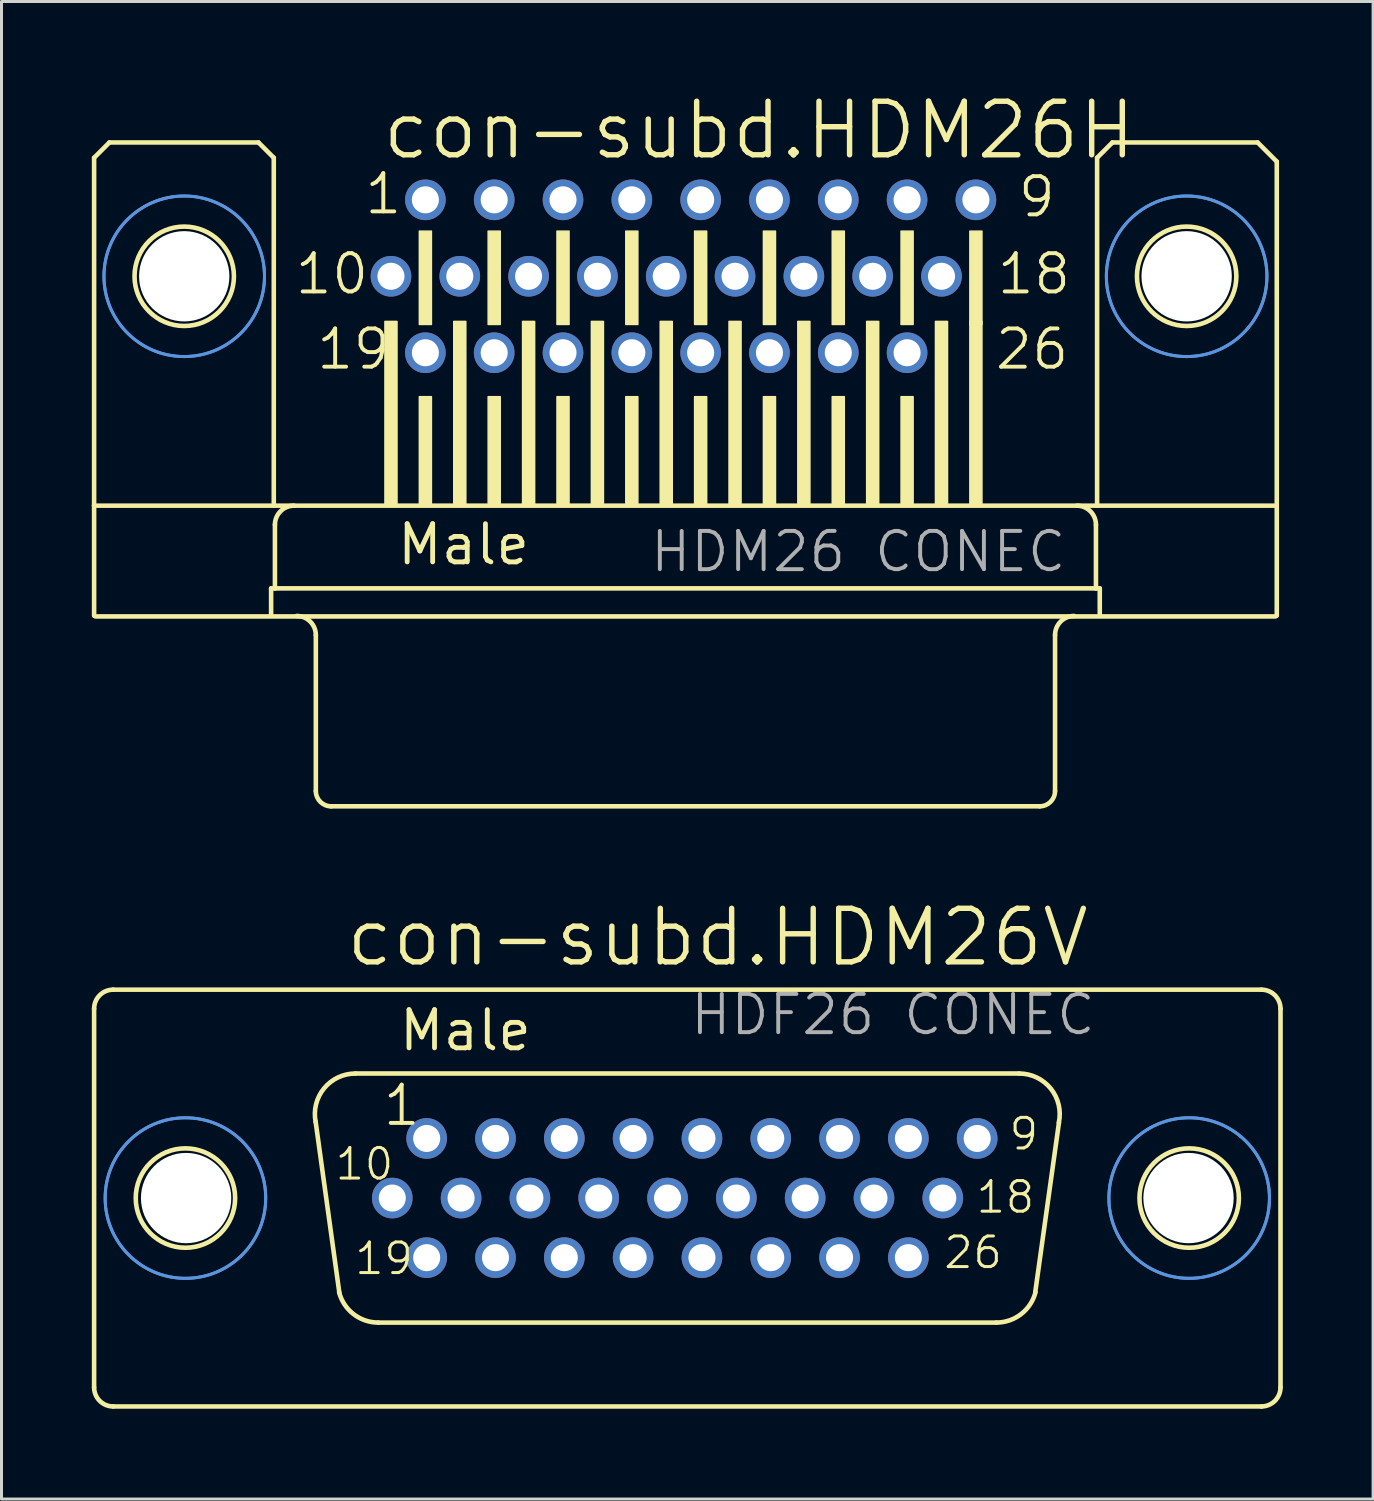
<source format=kicad_pcb>
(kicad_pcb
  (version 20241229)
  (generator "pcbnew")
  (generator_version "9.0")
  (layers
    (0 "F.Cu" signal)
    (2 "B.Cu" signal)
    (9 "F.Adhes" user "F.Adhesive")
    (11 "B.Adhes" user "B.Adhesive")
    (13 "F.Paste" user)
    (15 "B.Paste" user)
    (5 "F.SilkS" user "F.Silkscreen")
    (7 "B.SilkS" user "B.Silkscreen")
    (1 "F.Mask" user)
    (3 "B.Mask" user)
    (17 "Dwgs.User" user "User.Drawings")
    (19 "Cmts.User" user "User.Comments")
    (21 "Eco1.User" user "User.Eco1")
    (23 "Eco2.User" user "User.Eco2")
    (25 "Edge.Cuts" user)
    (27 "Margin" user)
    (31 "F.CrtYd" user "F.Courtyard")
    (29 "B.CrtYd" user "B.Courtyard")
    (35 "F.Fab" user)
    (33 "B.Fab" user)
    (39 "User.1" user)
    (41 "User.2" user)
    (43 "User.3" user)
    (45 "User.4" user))
  (footprint "con-subd.HDM26H"
    (layer "F.Cu")
    (at 19.72 6.128)
    (property "Reference" "con-subd.HDM26H" (at -10.16 -3.81 0) (layer "F.SilkS") (effects (font (size 1.778 1.778) (thickness 0.18)) (justify left bottom)))
    (attr through_hole)
    (fp_line (start -19.644 -3.937) (end -19.644 7.62) (stroke (width 0.152) (type default)) (layer "F.SilkS"))
    (fp_line (start -19.644 11.276) (end -19.644 7.62) (stroke (width 0.152) (type default)) (layer "F.SilkS"))
    (fp_line (start -19.6 11.3) (end 19.6 11.3) (stroke (width 0.152) (type default)) (layer "F.SilkS"))
    (fp_line (start -19.136 -4.445) (end -19.644 -3.937) (stroke (width 0.152) (type default)) (layer "F.SilkS"))
    (fp_line (start -14.183 -4.445) (end -19.136 -4.445) (stroke (width 0.152) (type default)) (layer "F.SilkS"))
    (fp_line (start -13.764 10.368) (end -13.764 11.276) (stroke (width 0.152) (type default)) (layer "F.SilkS"))
    (fp_line (start -13.675 -3.937) (end -14.183 -4.445) (stroke (width 0.152) (type default)) (layer "F.SilkS"))
    (fp_line (start -13.675 -3.937) (end -13.675 7.62) (stroke (width 0.152) (type default)) (layer "F.SilkS"))
    (fp_line (start -13.637 8.255) (end -13.637 10.368) (stroke (width 0.152) (type default)) (layer "F.SilkS"))
    (fp_line (start -13.637 10.368) (end -13.764 10.368) (stroke (width 0.152) (type default)) (layer "F.SilkS"))
    (fp_line (start -12.278 11.919) (end -12.278 17.099) (stroke (width 0.152) (type default)) (layer "F.SilkS"))
    (fp_line (start 11.77 17.607) (end -11.77 17.607) (stroke (width 0.152) (type default)) (layer "F.SilkS"))
    (fp_line (start 12.278 11.919) (end 12.278 17.099) (stroke (width 0.152) (type default)) (layer "F.SilkS"))
    (fp_line (start 13.637 8.255) (end 13.637 10.368) (stroke (width 0.152) (type default)) (layer "F.SilkS"))
    (fp_line (start 13.637 10.368) (end -13.637 10.368) (stroke (width 0.152) (type default)) (layer "F.SilkS"))
    (fp_line (start 13.675 -3.937) (end 13.675 7.62) (stroke (width 0.152) (type default)) (layer "F.SilkS"))
    (fp_line (start 13.764 10.368) (end 13.637 10.368) (stroke (width 0.152) (type default)) (layer "F.SilkS"))
    (fp_line (start 13.764 10.368) (end 13.764 11.276) (stroke (width 0.152) (type default)) (layer "F.SilkS"))
    (fp_line (start 14.183 -4.445) (end 13.675 -3.937) (stroke (width 0.152) (type default)) (layer "F.SilkS"))
    (fp_line (start 14.183 -4.445) (end 19.009 -4.445) (stroke (width 0.152) (type default)) (layer "F.SilkS"))
    (fp_line (start 19.009 -4.445) (end 19.644 -3.81) (stroke (width 0.152) (type default)) (layer "F.SilkS"))
    (fp_line (start 19.556 7.62) (end -19.644 7.62) (stroke (width 0.152) (type default)) (layer "F.SilkS"))
    (fp_line (start 19.644 -3.81) (end 19.644 11.276) (stroke (width 0.152) (type default)) (layer "F.SilkS"))
    (fp_rect (start -9.982 7.6) (end -9.582 1.5) (stroke (width 0.05) (type default)) (fill yes) (layer "F.SilkS"))
    (fp_rect (start -8.839 1.6) (end -8.439 -1.5) (stroke (width 0.05) (type default)) (fill yes) (layer "F.SilkS"))
    (fp_rect (start -8.839 7.6) (end -8.439 4) (stroke (width 0.05) (type default)) (fill yes) (layer "F.SilkS"))
    (fp_rect (start -7.696 7.6) (end -7.296 1.5) (stroke (width 0.05) (type default)) (fill yes) (layer "F.SilkS"))
    (fp_rect (start -6.553 1.6) (end -6.153 -1.5) (stroke (width 0.05) (type default)) (fill yes) (layer "F.SilkS"))
    (fp_rect (start -6.553 7.6) (end -6.153 4) (stroke (width 0.05) (type default)) (fill yes) (layer "F.SilkS"))
    (fp_rect (start -5.41 7.6) (end -5.01 1.5) (stroke (width 0.05) (type default)) (fill yes) (layer "F.SilkS"))
    (fp_rect (start -4.267 1.6) (end -3.867 -1.5) (stroke (width 0.05) (type default)) (fill yes) (layer "F.SilkS"))
    (fp_rect (start -4.267 7.6) (end -3.867 4) (stroke (width 0.05) (type default)) (fill yes) (layer "F.SilkS"))
    (fp_rect (start -3.124 7.6) (end -2.724 1.5) (stroke (width 0.05) (type default)) (fill yes) (layer "F.SilkS"))
    (fp_rect (start -1.981 1.6) (end -1.581 -1.5) (stroke (width 0.05) (type default)) (fill yes) (layer "F.SilkS"))
    (fp_rect (start -1.981 7.6) (end -1.581 4) (stroke (width 0.05) (type default)) (fill yes) (layer "F.SilkS"))
    (fp_rect (start -0.838 7.6) (end -0.438 1.5) (stroke (width 0.05) (type default)) (fill yes) (layer "F.SilkS"))
    (fp_rect (start 0.305 1.6) (end 0.705 -1.5) (stroke (width 0.05) (type default)) (fill yes) (layer "F.SilkS"))
    (fp_rect (start 0.305 7.6) (end 0.705 4) (stroke (width 0.05) (type default)) (fill yes) (layer "F.SilkS"))
    (fp_rect (start 1.448 7.6) (end 1.848 1.5) (stroke (width 0.05) (type default)) (fill yes) (layer "F.SilkS"))
    (fp_rect (start 2.591 1.6) (end 2.991 -1.5) (stroke (width 0.05) (type default)) (fill yes) (layer "F.SilkS"))
    (fp_rect (start 2.591 7.6) (end 2.991 4) (stroke (width 0.05) (type default)) (fill yes) (layer "F.SilkS"))
    (fp_rect (start 3.734 7.6) (end 4.134 1.5) (stroke (width 0.05) (type default)) (fill yes) (layer "F.SilkS"))
    (fp_rect (start 4.877 1.6) (end 5.277 -1.5) (stroke (width 0.05) (type default)) (fill yes) (layer "F.SilkS"))
    (fp_rect (start 4.877 7.6) (end 5.277 4) (stroke (width 0.05) (type default)) (fill yes) (layer "F.SilkS"))
    (fp_rect (start 6.02 7.6) (end 6.42 1.5) (stroke (width 0.05) (type default)) (fill yes) (layer "F.SilkS"))
    (fp_rect (start 7.163 1.6) (end 7.563 -1.5) (stroke (width 0.05) (type default)) (fill yes) (layer "F.SilkS"))
    (fp_rect (start 7.163 7.6) (end 7.563 4) (stroke (width 0.05) (type default)) (fill yes) (layer "F.SilkS"))
    (fp_rect (start 8.306 7.6) (end 8.706 1.5) (stroke (width 0.05) (type default)) (fill yes) (layer "F.SilkS"))
    (fp_rect (start 9.449 1.6) (end 9.849 -1.5) (stroke (width 0.05) (type default)) (fill yes) (layer "F.SilkS"))
    (fp_rect (start 9.449 7.6) (end 9.849 1.5) (stroke (width 0.05) (type default)) (fill yes) (layer "F.SilkS"))
    (fp_arc (start -13.637 8.255) (mid -13.451013 7.805987) (end -13.002 7.62) (stroke (width 0.1524) (type default)) (layer "F.SilkS"))
    (fp_arc (start -12.913 11.284) (mid -12.463987 11.469987) (end -12.278 11.919) (stroke (width 0.1524) (type default)) (layer "F.SilkS"))
    (fp_arc (start -11.77 17.607) (mid -12.12921 17.45821) (end -12.278 17.099) (stroke (width 0.1524) (type default)) (layer "F.SilkS"))
    (fp_arc (start 12.278 11.919) (mid 12.463987 11.469987) (end 12.913 11.284) (stroke (width 0.1524) (type default)) (layer "F.SilkS"))
    (fp_arc (start 12.278 17.099) (mid 12.12921 17.45821) (end 11.77 17.607) (stroke (width 0.1524) (type default)) (layer "F.SilkS"))
    (fp_arc (start 13.002 7.62) (mid 13.451013 7.805987) (end 13.637 8.255) (stroke (width 0.1524) (type default)) (layer "F.SilkS"))
    (fp_circle (center -16.65 0) (end -14.999 0) (stroke (width 0.152) (type default)) (fill no) (layer "F.SilkS"))
    (fp_circle (center 16.65 0) (end 18.301 0) (stroke (width 0.152) (type default)) (fill no) (layer "F.SilkS"))
    (fp_circle (center -16.65 0) (end -13.983 0) (stroke (width 0.1) (type default)) (fill no) (layer "Cmts.User"))
    (fp_circle (center -16.65 0) (end -13.983 0) (stroke (width 0.1) (type default)) (fill no) (layer "Cmts.User"))
    (fp_circle (center 16.65 0) (end 19.317 0) (stroke (width 0.1) (type default)) (fill no) (layer "Cmts.User"))
    (fp_circle (center 16.65 0) (end 19.317 0) (stroke (width 0.1) (type default)) (fill no) (layer "Cmts.User"))
    (fp_text user "26" (at 10.219 3.165 0) (layer "F.SilkS") (effects (font (size 1.27 1.27) (thickness 0.13)) (justify left bottom)))
    (fp_text user "18" (at 10.281 0.665 0) (layer "F.SilkS") (effects (font (size 1.27 1.27) (thickness 0.13)) (justify left bottom)))
    (fp_text user "Male" (at -9.652 9.652 0) (layer "F.SilkS") (effects (font (size 1.27 1.27) (thickness 0.16)) (justify left bottom)))
    (fp_text user "19" (at -12.327 3.165 0) (layer "F.SilkS") (effects (font (size 1.27 1.27) (thickness 0.13)) (justify left bottom)))
    (fp_text user "9" (at 10.981 -1.895 0) (layer "F.SilkS") (effects (font (size 1.27 1.27) (thickness 0.13)) (justify left bottom)))
    (fp_text user "1" (at -10.727 -1.995 0) (layer "F.SilkS") (effects (font (size 1.27 1.27) (thickness 0.13)) (justify left bottom)))
    (fp_text user "10" (at -13.04 0.665 0) (layer "F.SilkS") (effects (font (size 1.27 1.27) (thickness 0.13)) (justify left bottom)))
    (fp_text user "HDM26 CONEC" (at -1.238 9.891 0) (layer "F.Fab") (effects (font (size 1.27 1.27) (thickness 0.13)) (justify left bottom)))
    (pad "" np_thru_hole circle (at -16.65 0) (size 3 3) (drill 3) (layers "*.Cu" "*.Mask"))
    (pad "" np_thru_hole circle (at 16.65 0) (size 3 3) (drill 3) (layers "*.Cu" "*.Mask"))
    (pad "1" thru_hole circle (at -8.639 -2.54) (size 1.35 1.35) (drill 0.9) (layers "*.Cu" "*.Mask"))
    (pad "2" thru_hole circle (at -6.353 -2.54) (size 1.35 1.35) (drill 0.9) (layers "*.Cu" "*.Mask"))
    (pad "3" thru_hole circle (at -4.067 -2.54) (size 1.35 1.35) (drill 0.9) (layers "*.Cu" "*.Mask"))
    (pad "4" thru_hole circle (at -1.781 -2.54) (size 1.35 1.35) (drill 0.9) (layers "*.Cu" "*.Mask"))
    (pad "5" thru_hole circle (at 0.505 -2.54) (size 1.35 1.35) (drill 0.9) (layers "*.Cu" "*.Mask"))
    (pad "6" thru_hole circle (at 2.791 -2.54) (size 1.35 1.35) (drill 0.9) (layers "*.Cu" "*.Mask"))
    (pad "7" thru_hole circle (at 5.077 -2.54) (size 1.35 1.35) (drill 0.9) (layers "*.Cu" "*.Mask"))
    (pad "8" thru_hole circle (at 7.363 -2.54) (size 1.35 1.35) (drill 0.9) (layers "*.Cu" "*.Mask"))
    (pad "9" thru_hole circle (at 9.649 -2.54) (size 1.35 1.35) (drill 0.9) (layers "*.Cu" "*.Mask"))
    (pad "10" thru_hole circle (at -9.782 0) (size 1.35 1.35) (drill 0.9) (layers "*.Cu" "*.Mask"))
    (pad "11" thru_hole circle (at -7.496 0) (size 1.35 1.35) (drill 0.9) (layers "*.Cu" "*.Mask"))
    (pad "12" thru_hole circle (at -5.21 0) (size 1.35 1.35) (drill 0.9) (layers "*.Cu" "*.Mask"))
    (pad "13" thru_hole circle (at -2.924 0) (size 1.35 1.35) (drill 0.9) (layers "*.Cu" "*.Mask"))
    (pad "14" thru_hole circle (at -0.638 0) (size 1.35 1.35) (drill 0.9) (layers "*.Cu" "*.Mask"))
    (pad "15" thru_hole circle (at 1.648 0) (size 1.35 1.35) (drill 0.9) (layers "*.Cu" "*.Mask"))
    (pad "16" thru_hole circle (at 3.934 0) (size 1.35 1.35) (drill 0.9) (layers "*.Cu" "*.Mask"))
    (pad "17" thru_hole circle (at 6.22 0) (size 1.35 1.35) (drill 0.9) (layers "*.Cu" "*.Mask"))
    (pad "18" thru_hole circle (at 8.506 0) (size 1.35 1.35) (drill 0.9) (layers "*.Cu" "*.Mask"))
    (pad "19" thru_hole circle (at -8.639 2.54) (size 1.35 1.35) (drill 0.9) (layers "*.Cu" "*.Mask"))
    (pad "20" thru_hole circle (at -6.353 2.54) (size 1.35 1.35) (drill 0.9) (layers "*.Cu" "*.Mask"))
    (pad "21" thru_hole circle (at -4.067 2.54) (size 1.35 1.35) (drill 0.9) (layers "*.Cu" "*.Mask"))
    (pad "22" thru_hole circle (at -1.781 2.54) (size 1.35 1.35) (drill 0.9) (layers "*.Cu" "*.Mask"))
    (pad "23" thru_hole circle (at 0.505 2.54) (size 1.35 1.35) (drill 0.9) (layers "*.Cu" "*.Mask"))
    (pad "24" thru_hole circle (at 2.791 2.54) (size 1.35 1.35) (drill 0.9) (layers "*.Cu" "*.Mask"))
    (pad "25" thru_hole circle (at 5.077 2.54) (size 1.35 1.35) (drill 0.9) (layers "*.Cu" "*.Mask"))
    (pad "26" thru_hole circle (at 7.363 2.54) (size 1.35 1.35) (drill 0.9) (layers "*.Cu" "*.Mask")))
  (footprint "con-subd.HDM26V"
    (layer "F.Cu")
    (at 19.782 36.749)
    (property "Reference" "con-subd.HDM26V" (at -11.43 -7.62 0) (layer "F.SilkS") (effects (font (size 1.778 1.778) (thickness 0.18)) (justify left bottom)))
    (attr through_hole)
    (fp_line (start -19.706 -6.288) (end -19.706 6.288) (stroke (width 0.152) (type default)) (layer "F.SilkS"))
    (fp_line (start -19.063 6.923) (end 19.071 6.923) (stroke (width 0.152) (type default)) (layer "F.SilkS"))
    (fp_line (start -11.559 3.146) (end -12.347 -2.537) (stroke (width 0.152) (type default)) (layer "F.SilkS"))
    (fp_line (start -11.026 -4.137) (end 11.026 -4.137) (stroke (width 0.152) (type default)) (layer "F.SilkS"))
    (fp_line (start -10.264 4.137) (end 10.264 4.137) (stroke (width 0.152) (type default)) (layer "F.SilkS"))
    (fp_line (start 12.347 -2.511) (end 11.559 3.121) (stroke (width 0.152) (type default)) (layer "F.SilkS"))
    (fp_line (start 19.063 -6.923) (end -19.071 -6.923) (stroke (width 0.152) (type default)) (layer "F.SilkS"))
    (fp_line (start 19.706 -6.288) (end 19.706 6.288) (stroke (width 0.152) (type default)) (layer "F.SilkS"))
    (fp_arc (start -19.706 -6.288) (mid -19.520013 -6.737013) (end -19.071 -6.923) (stroke (width 0.1524) (type default)) (layer "F.SilkS"))
    (fp_arc (start -19.071 6.923) (mid -19.520013 6.737013) (end -19.706 6.288) (stroke (width 0.1524) (type default)) (layer "F.SilkS"))
    (fp_arc (start -12.3461 -2.5268) (mid -12.067082 -3.644284) (end -11.026 -4.137) (stroke (width 0.1524) (type default)) (layer "F.SilkS"))
    (fp_arc (start -10.264 4.137) (mid -11.0875 3.855746) (end -11.5669 3.1295) (stroke (width 0.1524) (type default)) (layer "F.SilkS"))
    (fp_arc (start 11.026 -4.137) (mid 12.074556 -3.635184) (end 12.3415 -2.5038) (stroke (width 0.1524) (type default)) (layer "F.SilkS"))
    (fp_arc (start 11.5669 3.1295) (mid 11.0875 3.855746) (end 10.264 4.137) (stroke (width 0.1524) (type default)) (layer "F.SilkS"))
    (fp_arc (start 19.071 -6.923) (mid 19.520013 -6.737013) (end 19.706 -6.288) (stroke (width 0.1524) (type default)) (layer "F.SilkS"))
    (fp_arc (start 19.706 6.288) (mid 19.520013 6.737013) (end 19.071 6.923) (stroke (width 0.1524) (type default)) (layer "F.SilkS"))
    (fp_circle (center -16.672 0) (end -15.021 0) (stroke (width 0.152) (type default)) (fill no) (layer "F.SilkS"))
    (fp_circle (center 16.672 0) (end 18.323 0) (stroke (width 0.152) (type default)) (fill no) (layer "F.SilkS"))
    (fp_circle (center -16.672 0) (end -14.005 0) (stroke (width 0.1) (type default)) (fill no) (layer "Cmts.User"))
    (fp_circle (center -16.672 0) (end -14.005 0) (stroke (width 0.1) (type default)) (fill no) (layer "Cmts.User"))
    (fp_circle (center 16.672 0) (end 19.339 0) (stroke (width 0.1) (type default)) (fill no) (layer "Cmts.User"))
    (fp_circle (center 16.672 0) (end 19.339 0) (stroke (width 0.1) (type default)) (fill no) (layer "Cmts.User"))
    (fp_text user "1" (at -10.179 -2.335 0) (layer "F.SilkS") (effects (font (size 1.27 1.27) (thickness 0.13)) (justify left bottom)))
    (fp_text user "19" (at -11.111 2.605 0) (layer "F.SilkS") (effects (font (size 1.016 1.016) (thickness 0.1)) (justify left bottom)))
    (fp_text user "9" (at 10.63 -1.535 0) (layer "F.SilkS") (effects (font (size 1.016 1.016) (thickness 0.1)) (justify left bottom)))
    (fp_text user "26" (at 8.458 2.405 0) (layer "F.SilkS") (effects (font (size 1.016 1.016) (thickness 0.1)) (justify left bottom)))
    (fp_text user "Male" (at -9.652 -4.826 0) (layer "F.SilkS") (effects (font (size 1.27 1.27) (thickness 0.16)) (justify left bottom)))
    (fp_text user "10" (at -11.76 -0.535 0) (layer "F.SilkS") (effects (font (size 1.016 1.016) (thickness 0.1)) (justify left bottom)))
    (fp_text user "18" (at 9.533 0.565 0) (layer "F.SilkS") (effects (font (size 1.016 1.016) (thickness 0.1)) (justify left bottom)))
    (fp_text user "HDF26 CONEC" (at 0.032 -5.349 0) (layer "F.Fab") (effects (font (size 1.27 1.27) (thickness 0.13)) (justify left bottom)))
    (pad "" np_thru_hole circle (at -16.65 0) (size 3 3) (drill 3) (layers "*.Cu" "*.Mask"))
    (pad "" np_thru_hole circle (at 16.65 0) (size 3 3) (drill 3) (layers "*.Cu" "*.Mask"))
    (pad "1" thru_hole circle (at -8.658 -1.98) (size 1.35 1.35) (drill 0.9) (layers "*.Cu" "*.Mask"))
    (pad "2" thru_hole circle (at -6.372 -1.98) (size 1.35 1.35) (drill 0.9) (layers "*.Cu" "*.Mask"))
    (pad "3" thru_hole circle (at -4.086 -1.98) (size 1.35 1.35) (drill 0.9) (layers "*.Cu" "*.Mask"))
    (pad "4" thru_hole circle (at -1.8 -1.98) (size 1.35 1.35) (drill 0.9) (layers "*.Cu" "*.Mask"))
    (pad "5" thru_hole circle (at 0.486 -1.98) (size 1.35 1.35) (drill 0.9) (layers "*.Cu" "*.Mask"))
    (pad "6" thru_hole circle (at 2.772 -1.98) (size 1.35 1.35) (drill 0.9) (layers "*.Cu" "*.Mask"))
    (pad "7" thru_hole circle (at 5.058 -1.98) (size 1.35 1.35) (drill 0.9) (layers "*.Cu" "*.Mask"))
    (pad "8" thru_hole circle (at 7.344 -1.98) (size 1.35 1.35) (drill 0.9) (layers "*.Cu" "*.Mask"))
    (pad "9" thru_hole circle (at 9.63 -1.98) (size 1.35 1.35) (drill 0.9) (layers "*.Cu" "*.Mask"))
    (pad "10" thru_hole circle (at -9.801 0) (size 1.35 1.35) (drill 0.9) (layers "*.Cu" "*.Mask"))
    (pad "11" thru_hole circle (at -7.515 0) (size 1.35 1.35) (drill 0.9) (layers "*.Cu" "*.Mask"))
    (pad "12" thru_hole circle (at -5.229 0) (size 1.35 1.35) (drill 0.9) (layers "*.Cu" "*.Mask"))
    (pad "13" thru_hole circle (at -2.943 0) (size 1.35 1.35) (drill 0.9) (layers "*.Cu" "*.Mask"))
    (pad "14" thru_hole circle (at -0.657 0) (size 1.35 1.35) (drill 0.9) (layers "*.Cu" "*.Mask"))
    (pad "15" thru_hole circle (at 1.629 0) (size 1.35 1.35) (drill 0.9) (layers "*.Cu" "*.Mask"))
    (pad "16" thru_hole circle (at 3.915 0) (size 1.35 1.35) (drill 0.9) (layers "*.Cu" "*.Mask"))
    (pad "17" thru_hole circle (at 6.201 0) (size 1.35 1.35) (drill 0.9) (layers "*.Cu" "*.Mask"))
    (pad "18" thru_hole circle (at 8.487 0) (size 1.35 1.35) (drill 0.9) (layers "*.Cu" "*.Mask"))
    (pad "19" thru_hole circle (at -8.658 1.98) (size 1.35 1.35) (drill 0.9) (layers "*.Cu" "*.Mask"))
    (pad "20" thru_hole circle (at -6.372 1.98) (size 1.35 1.35) (drill 0.9) (layers "*.Cu" "*.Mask"))
    (pad "21" thru_hole circle (at -4.086 1.98) (size 1.35 1.35) (drill 0.9) (layers "*.Cu" "*.Mask"))
    (pad "22" thru_hole circle (at -1.8 1.98) (size 1.35 1.35) (drill 0.9) (layers "*.Cu" "*.Mask"))
    (pad "23" thru_hole circle (at 0.486 1.98) (size 1.35 1.35) (drill 0.9) (layers "*.Cu" "*.Mask"))
    (pad "24" thru_hole circle (at 2.772 1.98) (size 1.35 1.35) (drill 0.9) (layers "*.Cu" "*.Mask"))
    (pad "25" thru_hole circle (at 5.058 1.98) (size 1.35 1.35) (drill 0.9) (layers "*.Cu" "*.Mask"))
    (pad "26" thru_hole circle (at 7.344 1.98) (size 1.35 1.35) (drill 0.9) (layers "*.Cu" "*.Mask")))
  (gr_rect
    (start -3 -3)
    (end 42.564 46.748)
    (stroke (width 0.1) (type default))
    (fill no)
    (layer "Edge.Cuts")))
</source>
